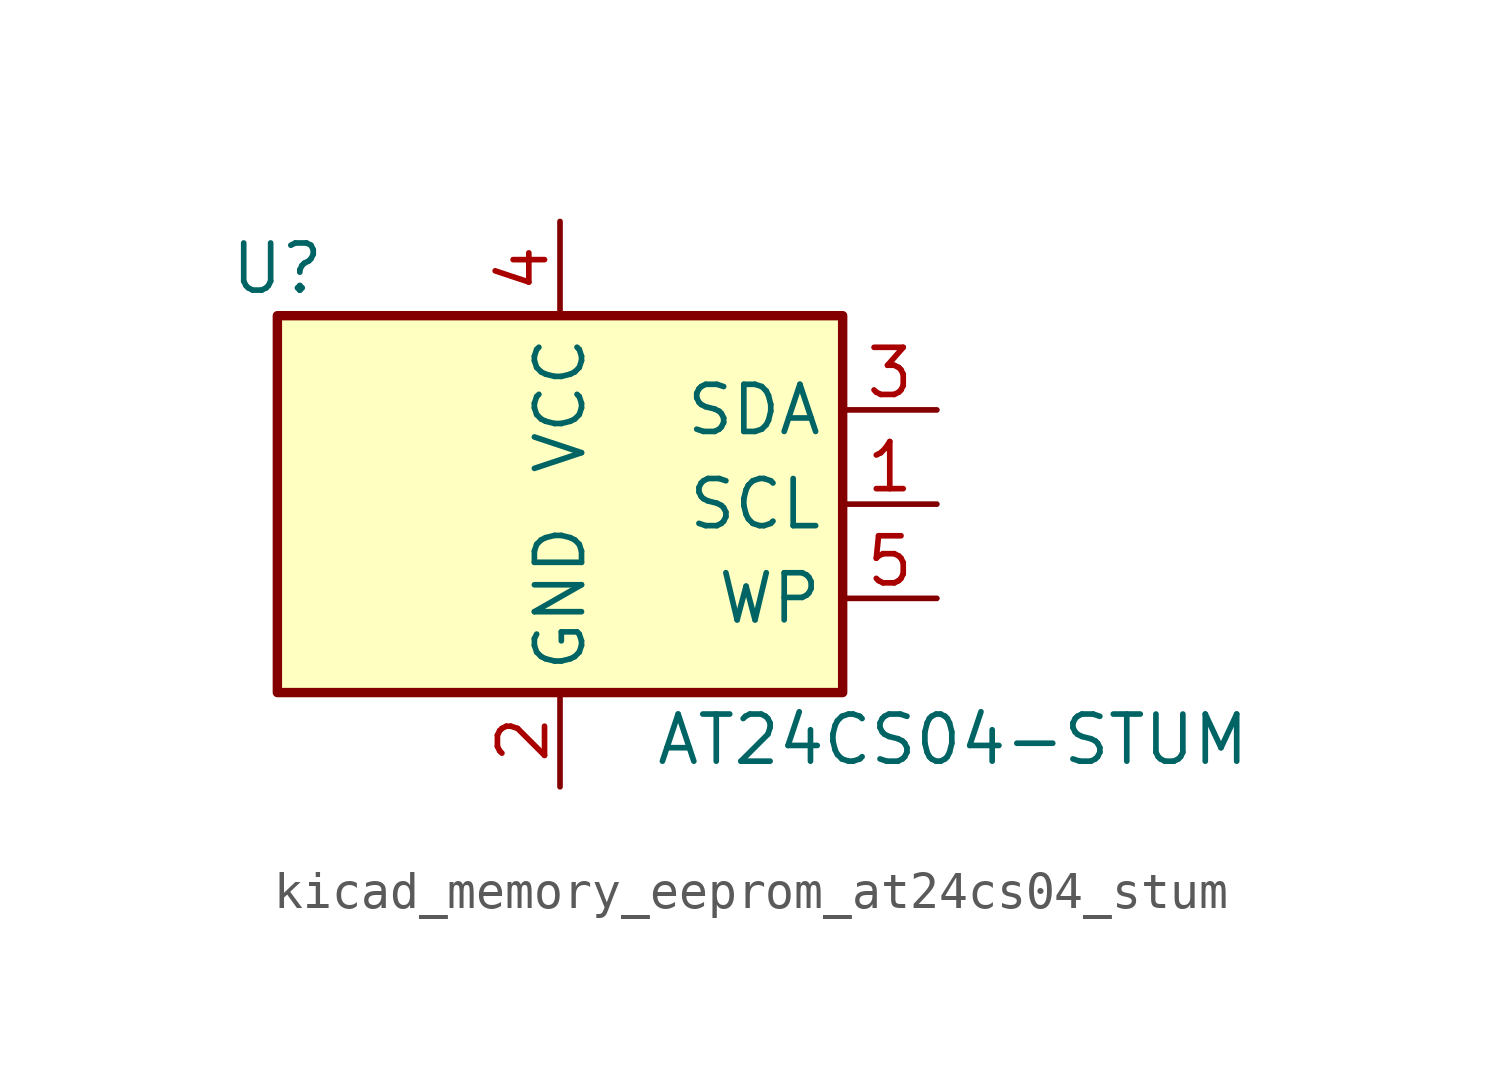
<source format=kicad_sym>
(kicad_symbol_lib
  (version 20220914)
  (generator kicad_symbol_editor)
  (symbol "kicad_memory_eeprom_at24cs04_stum"
    (property "Reference" "U"
      (at -7.62 6.35 0)
      (effects (font (size 1.27 1.27))))
    (property "Value" "AT24CS04-STUM"
      (at 2.54 -6.35 0)
      (effects (font (size 1.27 1.27)) (justify left)))
    (symbol "kicad_memory_eeprom_at24cs04_stum_1_1"
      (rectangle (start -7.62 5.08) (end 7.62 -5.08) (stroke (width 0.254) (type default)) (fill (type background)))
      (pin input line (at 10.16 0 180) (length 2.54) (name "SCL" (effects (font (size 1.27 1.27)))) (number "1" (effects (font (size 1.27 1.27)))))
      (pin power_in line (at 0 -7.62 90) (length 2.54) (name "GND" (effects (font (size 1.27 1.27)))) (number "2" (effects (font (size 1.27 1.27)))))
      (pin bidirectional line (at 10.16 2.54 180) (length 2.54) (name "SDA" (effects (font (size 1.27 1.27)))) (number "3" (effects (font (size 1.27 1.27)))))
      (pin power_in line (at 0 7.62 270) (length 2.54) (name "VCC" (effects (font (size 1.27 1.27)))) (number "4" (effects (font (size 1.27 1.27)))))
      (pin input line (at 10.16 -2.54 180) (length 2.54) (name "WP" (effects (font (size 1.27 1.27)))) (number "5" (effects (font (size 1.27 1.27))))))))
</source>
